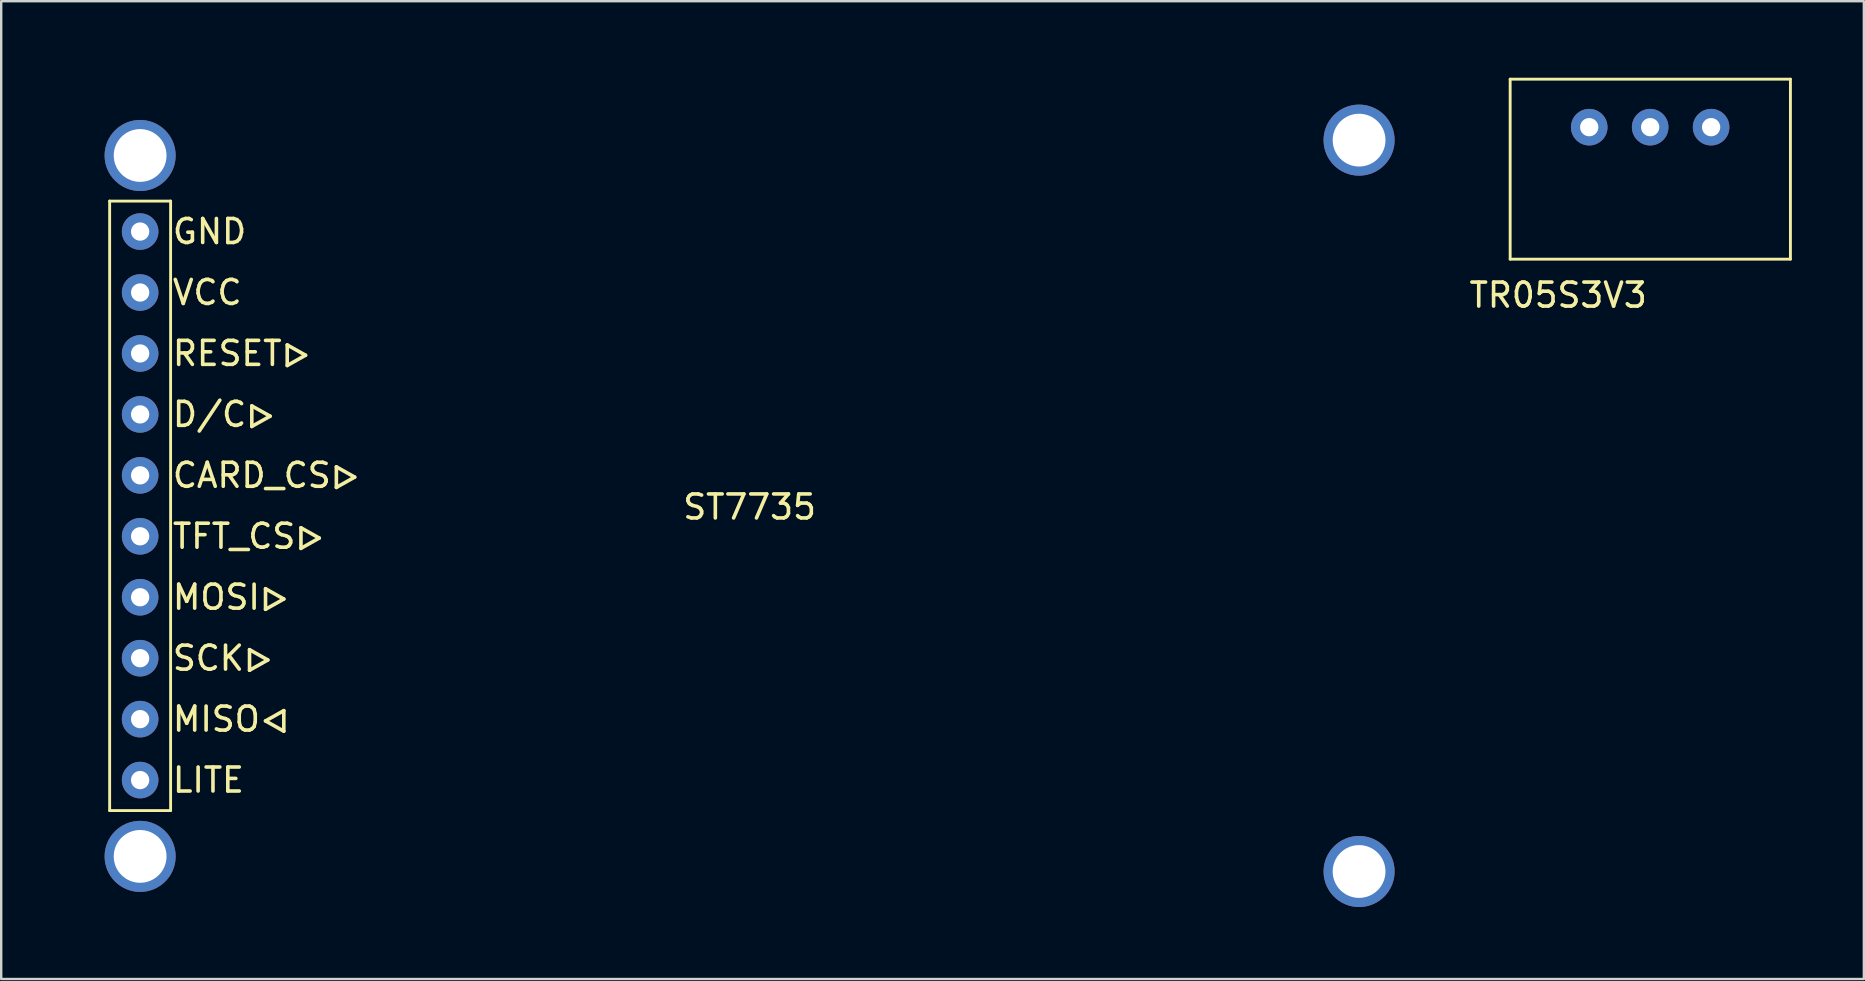
<source format=kicad_pcb>
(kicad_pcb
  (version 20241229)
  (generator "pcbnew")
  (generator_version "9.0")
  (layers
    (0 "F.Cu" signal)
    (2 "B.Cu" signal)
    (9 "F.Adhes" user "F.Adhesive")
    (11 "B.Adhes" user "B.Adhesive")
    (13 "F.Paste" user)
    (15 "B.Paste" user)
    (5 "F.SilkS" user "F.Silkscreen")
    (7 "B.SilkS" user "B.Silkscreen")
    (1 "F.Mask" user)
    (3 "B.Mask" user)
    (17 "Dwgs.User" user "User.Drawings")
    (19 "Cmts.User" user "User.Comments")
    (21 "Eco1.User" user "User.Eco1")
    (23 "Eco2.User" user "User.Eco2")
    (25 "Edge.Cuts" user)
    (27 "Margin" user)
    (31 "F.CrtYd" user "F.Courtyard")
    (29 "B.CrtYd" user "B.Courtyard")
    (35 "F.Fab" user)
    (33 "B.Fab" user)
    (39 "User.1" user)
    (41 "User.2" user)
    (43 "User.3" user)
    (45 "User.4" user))
  (footprint "ST7735"
    (layer "F.Cu")
    (at 0.25 0.25)
    (property "Reference" "ST7735" (at 27.94 17.83 0) (layer "F.SilkS") (effects (font (size 1 1) (thickness 0.15))))
    (attr through_hole)
    (fp_line (start 1.27 5.08) (end 3.81 5.08) (stroke (width 0.12) (type solid)) (layer "F.SilkS"))
    (fp_line (start 1.27 30.48) (end 1.27 5.08) (stroke (width 0.12) (type solid)) (layer "F.SilkS"))
    (fp_line (start 3.81 5.08) (end 3.81 30.48) (stroke (width 0.12) (type solid)) (layer "F.SilkS"))
    (fp_line (start 3.81 30.48) (end 1.27 30.48) (stroke (width 0.12) (type solid)) (layer "F.SilkS"))
    (fp_text user "SCK▷" (at 3.81 24.13 0) (layer "F.SilkS") (effects (font (size 1 1) (thickness 0.15)) (justify left)))
    (fp_text user "TFT_CS▷" (at 3.81 19.05 0) (layer "F.SilkS") (effects (font (size 1 1) (thickness 0.15)) (justify left)))
    (fp_text user "D/C▷" (at 3.81 13.97 0) (layer "F.SilkS") (effects (font (size 1 1) (thickness 0.15)) (justify left)))
    (fp_text user "MISO◁" (at 3.81 26.67 0) (layer "F.SilkS") (effects (font (size 1 1) (thickness 0.15)) (justify left)))
    (fp_text user "RESET▷" (at 3.81 11.43 0) (layer "F.SilkS") (effects (font (size 1 1) (thickness 0.15)) (justify left)))
    (fp_text user "GND" (at 3.81 6.35 0) (layer "F.SilkS") (effects (font (size 1 1) (thickness 0.15)) (justify left)))
    (fp_text user "VCC" (at 3.81 8.89 0) (layer "F.SilkS") (effects (font (size 1 1) (thickness 0.15)) (justify left)))
    (fp_text user "MOSI▷" (at 3.81 21.59 0) (layer "F.SilkS") (effects (font (size 1 1) (thickness 0.15)) (justify left)))
    (fp_text user "LITE" (at 3.81 29.21 0) (layer "F.SilkS") (effects (font (size 1 1) (thickness 0.15)) (justify left)))
    (fp_text user "CARD_CS▷" (at 3.81 16.51 0) (layer "F.SilkS") (effects (font (size 1 1) (thickness 0.15)) (justify left)))
    (pad "1" thru_hole circle (at 2.54 29.21) (size 1.524 1.524) (drill 0.762) (layers "*.Cu" "*.Mask"))
    (pad "2" thru_hole circle (at 2.54 26.67) (size 1.524 1.524) (drill 0.762) (layers "*.Cu" "*.Mask"))
    (pad "3" thru_hole circle (at 2.54 24.13) (size 1.524 1.524) (drill 0.762) (layers "*.Cu" "*.Mask"))
    (pad "4" thru_hole circle (at 2.54 21.59) (size 1.524 1.524) (drill 0.762) (layers "*.Cu" "*.Mask"))
    (pad "5" thru_hole circle (at 2.54 19.05) (size 1.524 1.524) (drill 0.762) (layers "*.Cu" "*.Mask"))
    (pad "6" thru_hole circle (at 2.54 16.51) (size 1.524 1.524) (drill 0.762) (layers "*.Cu" "*.Mask"))
    (pad "7" thru_hole circle (at 2.54 13.97) (size 1.524 1.524) (drill 0.762) (layers "*.Cu" "*.Mask"))
    (pad "8" thru_hole circle (at 2.54 11.43) (size 1.524 1.524) (drill 0.762) (layers "*.Cu" "*.Mask"))
    (pad "9" thru_hole circle (at 2.54 8.89) (size 1.524 1.524) (drill 0.762) (layers "*.Cu" "*.Mask"))
    (pad "10" thru_hole circle (at 2.54 6.35) (size 1.524 1.524) (drill 0.762) (layers "*.Cu" "*.Mask"))
    (pad "11" thru_hole circle (at 2.54 3.18) (size 2.962 2.962) (drill 2.2) (layers "*.Cu" "*.Mask"))
    (pad "11" thru_hole circle (at 2.54 32.39) (size 2.962 2.962) (drill 2.2) (layers "*.Cu" "*.Mask"))
    (pad "11" thru_hole circle (at 53.34 2.54) (size 2.962 2.962) (drill 2.2) (layers "*.Cu" "*.Mask"))
    (pad "11" thru_hole circle (at 53.34 33.02) (size 2.962 2.962) (drill 2.2) (layers "*.Cu" "*.Mask")))
  (footprint "TR05S3V3"
    (layer "F.Cu")
    (at 65.721 0.25)
    (property "Reference" "TR05S3V3" (at -3.835 9 0) (layer "F.SilkS") (effects (font (size 1 1) (thickness 0.15))))
    (attr through_hole)
    (fp_line (start -5.835 0) (end 5.845 0) (stroke (width 0.12) (type solid)) (layer "F.SilkS"))
    (fp_line (start -5.835 7.5) (end -5.835 0) (stroke (width 0.12) (type solid)) (layer "F.SilkS"))
    (fp_line (start 5.845 0) (end 5.845 7.5) (stroke (width 0.12) (type solid)) (layer "F.SilkS"))
    (fp_line (start 5.845 7.5) (end -5.835 7.5) (stroke (width 0.12) (type solid)) (layer "F.SilkS"))
    (pad "1" thru_hole circle (at 2.54 2) (size 1.524 1.524) (drill 0.762) (layers "*.Cu" "*.Mask"))
    (pad "2" thru_hole circle (at 0 2) (size 1.524 1.524) (drill 0.762) (layers "*.Cu" "*.Mask"))
    (pad "3" thru_hole circle (at -2.54 2) (size 1.524 1.524) (drill 0.762) (layers "*.Cu" "*.Mask")))
  (gr_rect
    (start -3 -3)
    (end 74.626 37.751)
    (stroke (width 0.1) (type default))
    (fill no)
    (layer "Edge.Cuts")))
</source>
